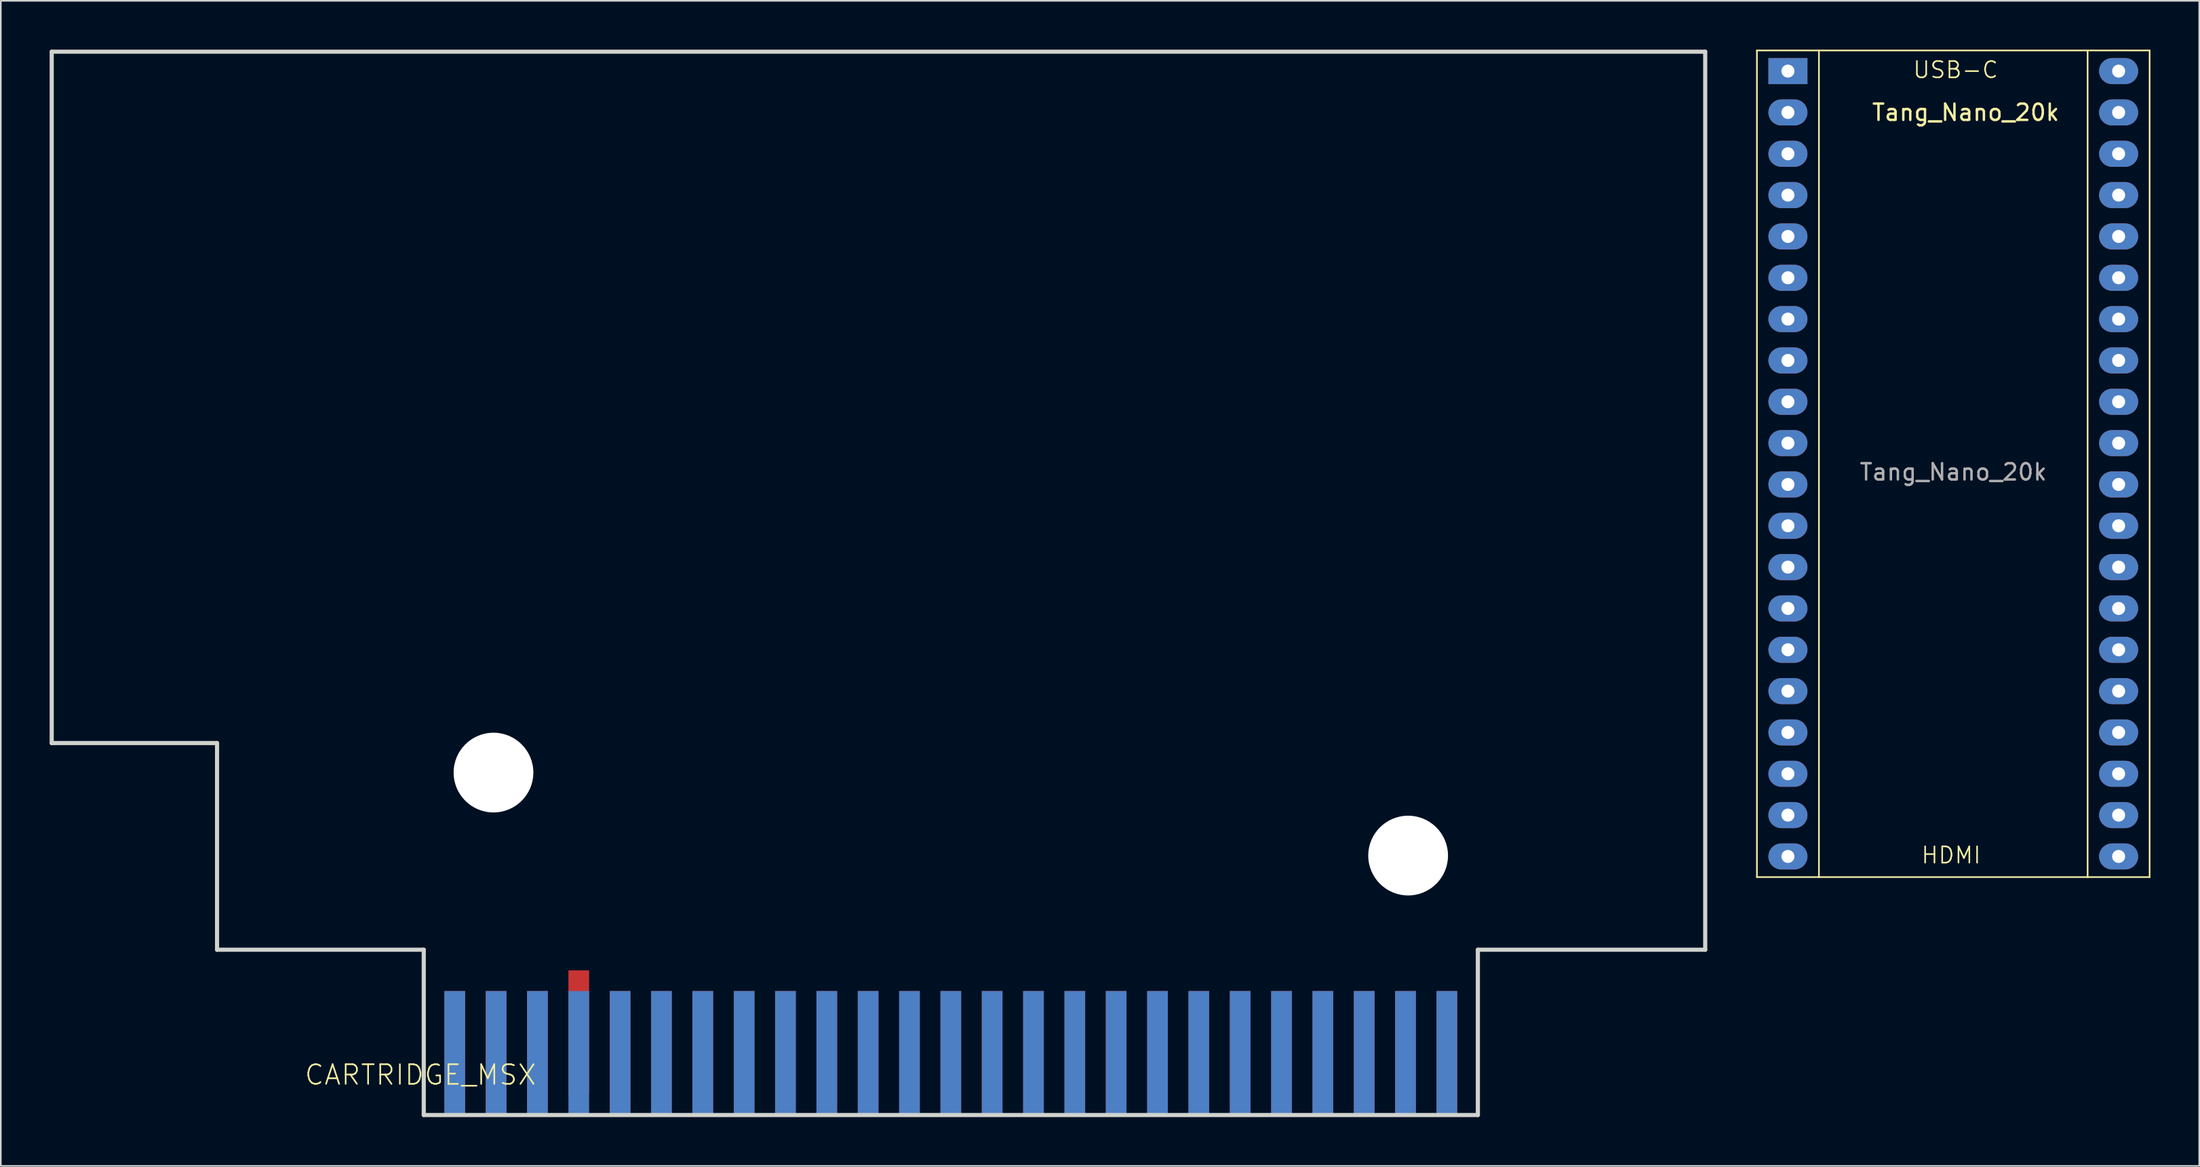
<source format=kicad_pcb>
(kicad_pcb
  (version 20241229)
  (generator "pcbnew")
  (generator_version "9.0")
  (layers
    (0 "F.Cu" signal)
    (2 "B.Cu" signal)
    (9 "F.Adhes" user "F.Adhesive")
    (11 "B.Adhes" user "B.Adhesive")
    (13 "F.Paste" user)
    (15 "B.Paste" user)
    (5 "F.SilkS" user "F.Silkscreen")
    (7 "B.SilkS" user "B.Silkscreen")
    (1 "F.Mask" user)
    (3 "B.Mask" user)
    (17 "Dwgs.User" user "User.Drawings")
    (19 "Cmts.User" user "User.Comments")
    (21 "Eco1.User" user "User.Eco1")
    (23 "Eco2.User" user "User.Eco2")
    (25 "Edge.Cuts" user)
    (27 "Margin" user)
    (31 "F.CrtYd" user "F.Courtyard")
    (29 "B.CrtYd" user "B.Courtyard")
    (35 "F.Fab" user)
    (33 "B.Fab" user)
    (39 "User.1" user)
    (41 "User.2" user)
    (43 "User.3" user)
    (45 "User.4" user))
  (footprint "Tang_Nano_20k"
    (layer "F.Cu")
    (at 106.809 1.32)
    (property "Reference" "Tang_Nano_20k" (at 10.922 2.54 0) (layer "F.SilkS") (effects (font (size 1 1) (thickness 0.15))))
    (attr through_hole)
    (fp_line (start -1.905 -1.27) (end -1.905 49.53) (stroke (width 0.1) (type default)) (layer "F.SilkS"))
    (fp_line (start -1.905 49.53) (end 22.225 49.53) (stroke (width 0.1) (type default)) (layer "F.SilkS"))
    (fp_line (start 1.905 -1.27) (end 1.905 49.53) (stroke (width 0.1) (type default)) (layer "F.SilkS"))
    (fp_line (start 18.415 -1.27) (end 18.415 49.53) (stroke (width 0.1) (type default)) (layer "F.SilkS"))
    (fp_line (start 22.225 -1.27) (end -1.905 -1.27) (stroke (width 0.1) (type default)) (layer "F.SilkS"))
    (fp_line (start 22.225 49.53) (end 22.225 -1.27) (stroke (width 0.1) (type default)) (layer "F.SilkS"))
    (fp_text user "USB-C" (at 7.62 0.508 0) (unlocked yes) (layer "F.SilkS") (effects (font (size 1 1) (thickness 0.1)) (justify left bottom)))
    (fp_text user "HDMI" (at 8.128 48.768 0) (unlocked yes) (layer "F.SilkS") (effects (font (size 1 1) (thickness 0.1)) (justify left bottom)))
    (fp_text user "${REFERENCE}" (at 10.16 24.638 0) (layer "F.Fab") (effects (font (size 1 1) (thickness 0.15))))
    (pad "1" thru_hole rect (at 0 0) (size 2.4 1.6) (drill 0.8) (layers "*.Cu" "*.Mask"))
    (pad "2" thru_hole oval (at 0 2.54) (size 2.4 1.6) (drill 0.8) (layers "*.Cu" "*.Mask"))
    (pad "3" thru_hole oval (at 0 5.08) (size 2.4 1.6) (drill 0.8) (layers "*.Cu" "*.Mask"))
    (pad "4" thru_hole oval (at 0 7.62) (size 2.4 1.6) (drill 0.8) (layers "*.Cu" "*.Mask"))
    (pad "5" thru_hole oval (at 0 10.16) (size 2.4 1.6) (drill 0.8) (layers "*.Cu" "*.Mask"))
    (pad "6" thru_hole oval (at 0 12.7) (size 2.4 1.6) (drill 0.8) (layers "*.Cu" "*.Mask"))
    (pad "7" thru_hole oval (at 0 15.24) (size 2.4 1.6) (drill 0.8) (layers "*.Cu" "*.Mask"))
    (pad "8" thru_hole oval (at 0 17.78) (size 2.4 1.6) (drill 0.8) (layers "*.Cu" "*.Mask"))
    (pad "9" thru_hole oval (at 0 20.32) (size 2.4 1.6) (drill 0.8) (layers "*.Cu" "*.Mask"))
    (pad "10" thru_hole oval (at 0 22.86) (size 2.4 1.6) (drill 0.8) (layers "*.Cu" "*.Mask"))
    (pad "11" thru_hole oval (at 0 25.4) (size 2.4 1.6) (drill 0.8) (layers "*.Cu" "*.Mask"))
    (pad "12" thru_hole oval (at 0 27.94) (size 2.4 1.6) (drill 0.8) (layers "*.Cu" "*.Mask"))
    (pad "13" thru_hole oval (at 0 30.48) (size 2.4 1.6) (drill 0.8) (layers "*.Cu" "*.Mask"))
    (pad "14" thru_hole oval (at 0 33.02) (size 2.4 1.6) (drill 0.8) (layers "*.Cu" "*.Mask"))
    (pad "15" thru_hole oval (at 0 35.56) (size 2.4 1.6) (drill 0.8) (layers "*.Cu" "*.Mask"))
    (pad "16" thru_hole oval (at 0 38.1) (size 2.4 1.6) (drill 0.8) (layers "*.Cu" "*.Mask"))
    (pad "17" thru_hole oval (at 0 40.64) (size 2.4 1.6) (drill 0.8) (layers "*.Cu" "*.Mask"))
    (pad "18" thru_hole oval (at 0 43.18) (size 2.4 1.6) (drill 0.8) (layers "*.Cu" "*.Mask"))
    (pad "19" thru_hole oval (at 0 45.72) (size 2.4 1.6) (drill 0.8) (layers "*.Cu" "*.Mask"))
    (pad "20" thru_hole oval (at 0 48.26) (size 2.4 1.6) (drill 0.8) (layers "*.Cu" "*.Mask"))
    (pad "21" thru_hole oval (at 20.32 48.26) (size 2.4 1.6) (drill 0.8) (layers "*.Cu" "*.Mask"))
    (pad "22" thru_hole oval (at 20.32 45.72) (size 2.4 1.6) (drill 0.8) (layers "*.Cu" "*.Mask"))
    (pad "23" thru_hole oval (at 20.32 43.18) (size 2.4 1.6) (drill 0.8) (layers "*.Cu" "*.Mask"))
    (pad "24" thru_hole oval (at 20.32 40.64) (size 2.4 1.6) (drill 0.8) (layers "*.Cu" "*.Mask"))
    (pad "25" thru_hole oval (at 20.32 38.1) (size 2.4 1.6) (drill 0.8) (layers "*.Cu" "*.Mask"))
    (pad "26" thru_hole oval (at 20.32 35.56) (size 2.4 1.6) (drill 0.8) (layers "*.Cu" "*.Mask"))
    (pad "27" thru_hole oval (at 20.32 33.02) (size 2.4 1.6) (drill 0.8) (layers "*.Cu" "*.Mask"))
    (pad "28" thru_hole oval (at 20.32 30.48) (size 2.4 1.6) (drill 0.8) (layers "*.Cu" "*.Mask"))
    (pad "29" thru_hole oval (at 20.32 27.94) (size 2.4 1.6) (drill 0.8) (layers "*.Cu" "*.Mask"))
    (pad "30" thru_hole oval (at 20.32 25.4) (size 2.4 1.6) (drill 0.8) (layers "*.Cu" "*.Mask"))
    (pad "31" thru_hole oval (at 20.32 22.86) (size 2.4 1.6) (drill 0.8) (layers "*.Cu" "*.Mask"))
    (pad "32" thru_hole oval (at 20.32 20.32) (size 2.4 1.6) (drill 0.8) (layers "*.Cu" "*.Mask"))
    (pad "33" thru_hole oval (at 20.32 17.78) (size 2.4 1.6) (drill 0.8) (layers "*.Cu" "*.Mask"))
    (pad "34" thru_hole oval (at 20.32 15.24) (size 2.4 1.6) (drill 0.8) (layers "*.Cu" "*.Mask"))
    (pad "35" thru_hole oval (at 20.32 12.7) (size 2.4 1.6) (drill 0.8) (layers "*.Cu" "*.Mask"))
    (pad "36" thru_hole oval (at 20.32 10.16) (size 2.4 1.6) (drill 0.8) (layers "*.Cu" "*.Mask"))
    (pad "37" thru_hole oval (at 20.32 7.62) (size 2.4 1.6) (drill 0.8) (layers "*.Cu" "*.Mask"))
    (pad "38" thru_hole oval (at 20.32 5.08) (size 2.4 1.6) (drill 0.8) (layers "*.Cu" "*.Mask"))
    (pad "39" thru_hole oval (at 20.32 2.54) (size 2.4 1.6) (drill 0.8) (layers "*.Cu" "*.Mask"))
    (pad "40" thru_hole oval (at 20.32 0) (size 2.4 1.6) (drill 0.8) (layers "*.Cu" "*.Mask")))
  (footprint "CARTRIDGE_MSX"
    (layer "F.Cu")
    (at 55.372 61.027)
    (property "Reference" "CARTRIDGE_MSX" (at -25.4 1.27 0) (layer "F.SilkS") (effects (font (size 1.206 1.206) (thickness 0.102)) (justify right top)))
    (attr smd)
    (fp_line (start -55.245 -18.415) (end -55.245 -60.9) (stroke (width 0.254) (type solid)) (layer "Edge.Cuts"))
    (fp_line (start -55.24 -60.9) (end 46.35 -60.9) (stroke (width 0.254) (type solid)) (layer "Edge.Cuts"))
    (fp_line (start -45.085 -18.415) (end -55.245 -18.415) (stroke (width 0.254) (type solid)) (layer "Edge.Cuts"))
    (fp_line (start -45.085 -5.715) (end -45.085 -18.415) (stroke (width 0.254) (type solid)) (layer "Edge.Cuts"))
    (fp_line (start -32.385 -5.715) (end -45.085 -5.715) (stroke (width 0.254) (type solid)) (layer "Edge.Cuts"))
    (fp_line (start -32.385 4.445) (end -32.385 -5.715) (stroke (width 0.254) (type solid)) (layer "Edge.Cuts"))
    (fp_line (start 32.385 -5.715) (end 32.385 4.445) (stroke (width 0.254) (type solid)) (layer "Edge.Cuts"))
    (fp_line (start 32.385 4.445) (end -32.385 4.445) (stroke (width 0.254) (type solid)) (layer "Edge.Cuts"))
    (fp_line (start 46.355 -60.9) (end 46.355 -5.715) (stroke (width 0.254) (type solid)) (layer "Edge.Cuts"))
    (fp_line (start 46.355 -5.715) (end 32.385 -5.715) (stroke (width 0.254) (type solid)) (layer "Edge.Cuts"))
    (pad "" np_thru_hole circle (at -28.1 -16.6) (size 4.9 4.9) (drill 4.9) (layers "*.Cu" "*.Mask"))
    (pad "" np_thru_hole circle (at 28.1 -11.5) (size 4.9 4.9) (drill 4.9) (layers "*.Cu" "*.Mask"))
    (pad "1" connect rect (at 30.48 0.635) (size 1.27 7.62) (layers "F.Mask" "B.Cu" "B.Paste"))
    (pad "2" connect rect (at 30.48 0.635) (size 1.27 7.62) (layers "F.Cu" "F.Mask" "F.Paste"))
    (pad "3" connect rect (at 27.94 0.635) (size 1.27 7.62) (layers "F.Mask" "B.Cu" "B.Paste"))
    (pad "4" connect rect (at 27.94 0.635) (size 1.27 7.62) (layers "F.Cu" "F.Mask" "F.Paste"))
    (pad "5" connect rect (at 25.4 0.635) (size 1.27 7.62) (layers "F.Mask" "B.Cu" "B.Paste"))
    (pad "6" connect rect (at 25.4 0.635) (size 1.27 7.62) (layers "F.Cu" "F.Mask" "F.Paste"))
    (pad "7" connect rect (at 22.86 0.635) (size 1.27 7.62) (layers "F.Mask" "B.Cu" "B.Paste"))
    (pad "8" connect rect (at 22.86 0.635) (size 1.27 7.62) (layers "F.Cu" "F.Mask" "F.Paste"))
    (pad "9" connect rect (at 20.32 0.635) (size 1.27 7.62) (layers "F.Mask" "B.Cu" "B.Paste"))
    (pad "10" connect rect (at 20.32 0.635) (size 1.27 7.62) (layers "F.Cu" "F.Mask" "F.Paste"))
    (pad "11" connect rect (at 17.78 0.635) (size 1.27 7.62) (layers "F.Mask" "B.Cu" "B.Paste"))
    (pad "12" connect rect (at 17.78 0.635) (size 1.27 7.62) (layers "F.Cu" "F.Mask" "F.Paste"))
    (pad "13" connect rect (at 15.24 0.635) (size 1.27 7.62) (layers "F.Mask" "B.Cu" "B.Paste"))
    (pad "14" connect rect (at 15.24 0.635) (size 1.27 7.62) (layers "F.Cu" "F.Mask" "F.Paste"))
    (pad "15" connect rect (at 12.7 0.635) (size 1.27 7.62) (layers "F.Mask" "B.Cu" "B.Paste"))
    (pad "16" connect rect (at 12.7 0.635) (size 1.27 7.62) (layers "F.Cu" "F.Mask" "F.Paste"))
    (pad "17" connect rect (at 10.16 0.635) (size 1.27 7.62) (layers "F.Mask" "B.Cu" "B.Paste"))
    (pad "18" connect rect (at 10.16 0.635) (size 1.27 7.62) (layers "F.Cu" "F.Mask" "F.Paste"))
    (pad "19" connect rect (at 7.62 0.635) (size 1.27 7.62) (layers "F.Mask" "B.Cu" "B.Paste"))
    (pad "20" connect rect (at 7.62 0.635) (size 1.27 7.62) (layers "F.Cu" "F.Mask" "F.Paste"))
    (pad "21" connect rect (at 5.08 0.635) (size 1.27 7.62) (layers "F.Mask" "B.Cu" "B.Paste"))
    (pad "22" connect rect (at 5.08 0.635) (size 1.27 7.62) (layers "F.Cu" "F.Mask" "F.Paste"))
    (pad "23" connect rect (at 2.54 0.635) (size 1.27 7.62) (layers "F.Mask" "B.Cu" "B.Paste"))
    (pad "24" connect rect (at 2.54 0.635) (size 1.27 7.62) (layers "F.Cu" "F.Mask" "F.Paste"))
    (pad "25" connect rect (at 0 0.635) (size 1.27 7.62) (layers "F.Mask" "B.Cu" "B.Paste"))
    (pad "26" connect rect (at 0 0.635) (size 1.27 7.62) (layers "F.Cu" "F.Mask" "F.Paste"))
    (pad "27" connect rect (at -2.54 0.635) (size 1.27 7.62) (layers "F.Mask" "B.Cu" "B.Paste"))
    (pad "28" connect rect (at -2.54 0.635) (size 1.27 7.62) (layers "F.Cu" "F.Mask" "F.Paste"))
    (pad "29" connect rect (at -5.08 0.635) (size 1.27 7.62) (layers "F.Mask" "B.Cu" "B.Paste"))
    (pad "30" connect rect (at -5.08 0.635) (size 1.27 7.62) (layers "F.Cu" "F.Mask" "F.Paste"))
    (pad "31" connect rect (at -7.62 0.635) (size 1.27 7.62) (layers "F.Mask" "B.Cu" "B.Paste"))
    (pad "32" connect rect (at -7.62 0.635) (size 1.27 7.62) (layers "F.Cu" "F.Mask" "F.Paste"))
    (pad "33" connect rect (at -10.16 0.635) (size 1.27 7.62) (layers "F.Mask" "B.Cu" "B.Paste"))
    (pad "34" connect rect (at -10.16 0.635) (size 1.27 7.62) (layers "F.Cu" "F.Mask" "F.Paste"))
    (pad "35" connect rect (at -12.7 0.635) (size 1.27 7.62) (layers "F.Mask" "B.Cu" "B.Paste"))
    (pad "36" connect rect (at -12.7 0.635) (size 1.27 7.62) (layers "F.Cu" "F.Mask" "F.Paste"))
    (pad "37" connect rect (at -15.24 0.635) (size 1.27 7.62) (layers "F.Mask" "B.Cu" "B.Paste"))
    (pad "38" connect rect (at -15.24 0.635) (size 1.27 7.62) (layers "F.Cu" "F.Mask" "F.Paste"))
    (pad "39" connect rect (at -17.78 0.635) (size 1.27 7.62) (layers "F.Mask" "B.Cu" "B.Paste"))
    (pad "40" connect rect (at -17.78 0.635) (size 1.27 7.62) (layers "F.Cu" "F.Mask" "F.Paste"))
    (pad "41" connect rect (at -20.32 0.635) (size 1.27 7.62) (layers "F.Mask" "B.Cu" "B.Paste"))
    (pad "42" connect rect (at -20.32 0.635) (size 1.27 7.62) (layers "F.Cu" "F.Mask" "F.Paste"))
    (pad "43" connect rect (at -22.86 0.635) (size 1.27 7.62) (layers "F.Mask" "B.Cu" "B.Paste"))
    (pad "44" connect rect (at -22.86 -0.635) (size 1.27 7.62) (layers "F.Cu" "F.Mask" "F.Paste"))
    (pad "45" connect rect (at -25.4 0.635) (size 1.27 7.62) (layers "F.Mask" "B.Cu" "B.Paste"))
    (pad "46" connect rect (at -25.4 0.635) (size 1.27 7.62) (layers "F.Cu" "F.Mask" "F.Paste"))
    (pad "47" connect rect (at -27.94 0.635) (size 1.27 7.62) (layers "F.Mask" "B.Cu" "B.Paste"))
    (pad "48" connect rect (at -27.94 0.635) (size 1.27 7.62) (layers "F.Cu" "F.Mask" "F.Paste"))
    (pad "49" connect rect (at -30.48 0.635) (size 1.27 7.62) (layers "F.Mask" "B.Cu" "B.Paste"))
    (pad "50" connect rect (at -30.48 0.635) (size 1.27 7.62) (layers "F.Cu" "F.Mask" "F.Paste")))
  (gr_rect
    (start -3 -3)
    (end 132.084 68.599)
    (stroke (width 0.1) (type default))
    (fill no)
    (layer "Edge.Cuts")))
</source>
